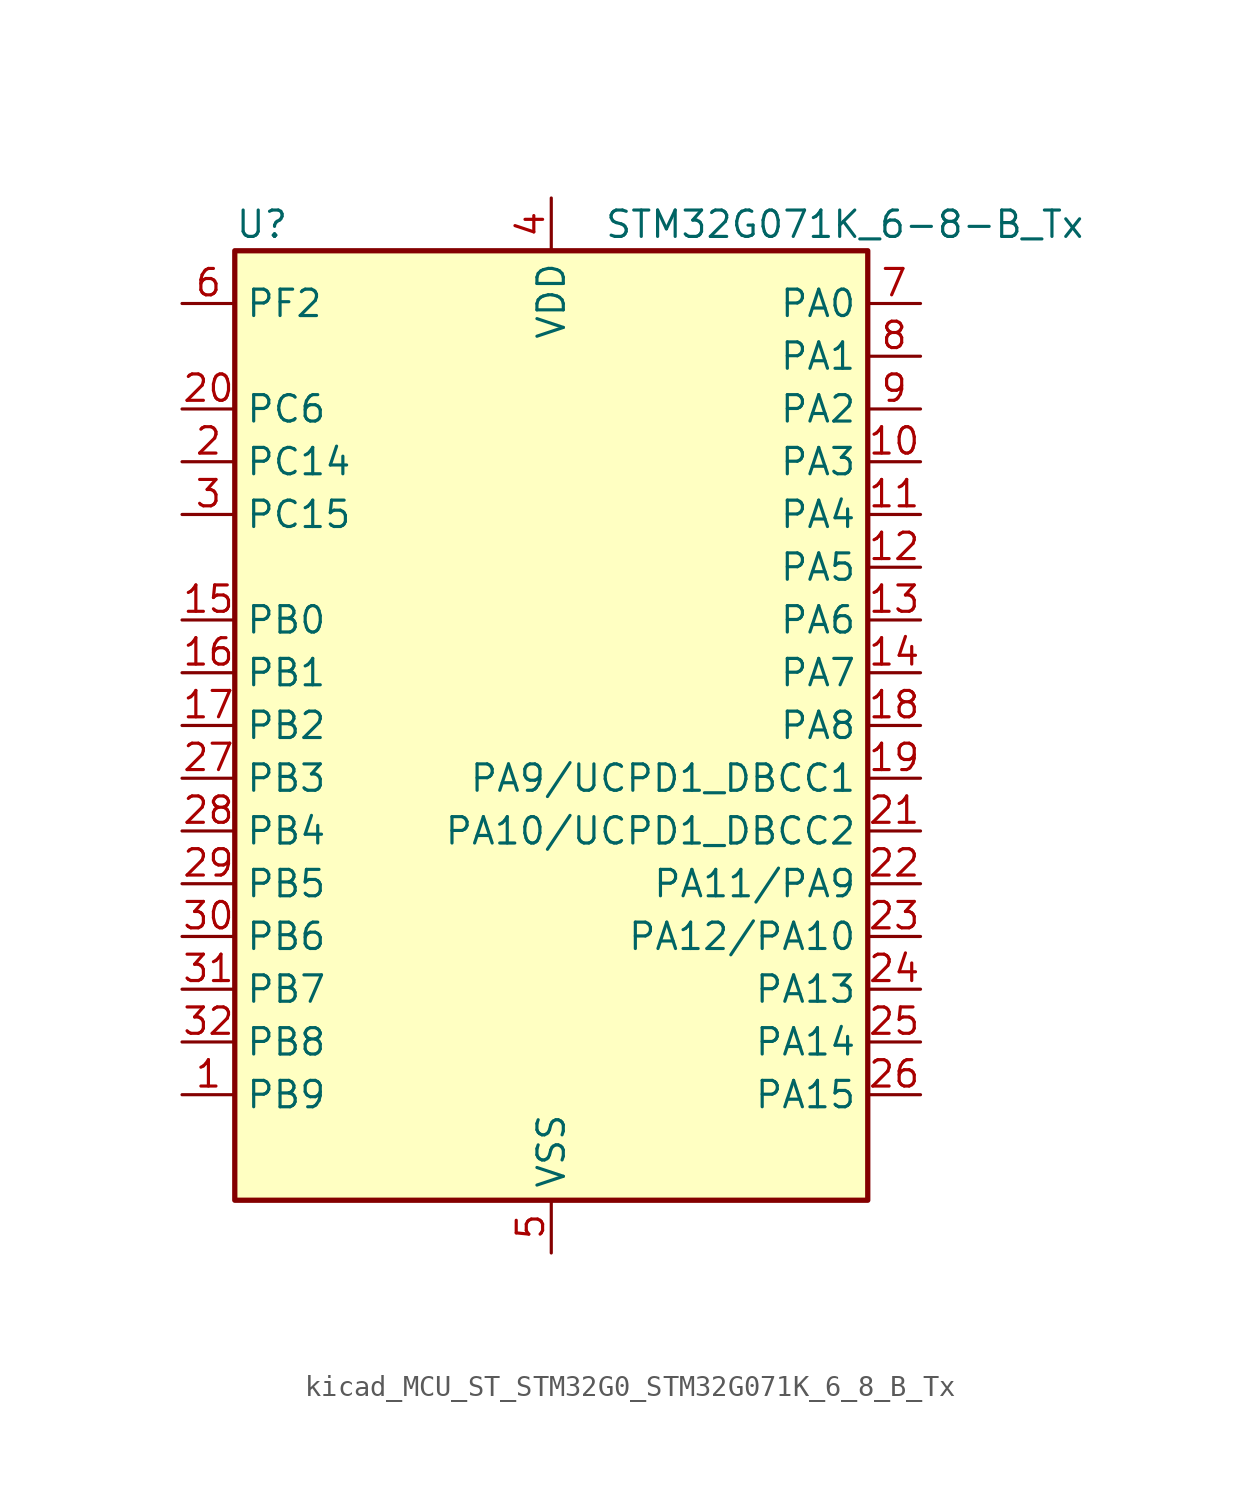
<source format=kicad_sym>
(kicad_symbol_lib
  (version 20220914)
  (generator kicad_symbol_editor)
  (symbol "kicad_MCU_ST_STM32G0_STM32G071K_6_8_B_Tx"
    (property "Reference" "U"
      (at -15.24 24.13 0)
      (effects (font (size 1.27 1.27)) (justify left)))
    (property "Value" "STM32G071K_6-8-B_Tx"
      (at 2.54 24.13 0)
      (effects (font (size 1.27 1.27)) (justify left)))
    (property "ki_locked" ""
      (at 0 0 0)
      (effects (font (size 1.27 1.27))))
    (symbol "kicad_MCU_ST_STM32G0_STM32G071K_6_8_B_Tx_0_1"
      (rectangle (start -15.24 -22.86) (end 15.24 22.86) (stroke (width 0.254) (type default)) (fill (type background))))
    (symbol "kicad_MCU_ST_STM32G0_STM32G071K_6_8_B_Tx_1_1"
      (pin bidirectional line (at -17.78 -17.78 0) (length 2.54) (name "PB9" (effects (font (size 1.27 1.27)))) (number "1" (effects (font (size 1.27 1.27)))) (alternate "DAC1_EXTI9" bidirectional line) (alternate "I2C1_SDA" bidirectional line) (alternate "IR_OUT" bidirectional line) (alternate "SPI2_NSS" bidirectional line) (alternate "TIM17_CH1" bidirectional line) (alternate "USART3_RX" bidirectional line))
      (pin bidirectional line (at 17.78 12.7 180) (length 2.54) (name "PA3" (effects (font (size 1.27 1.27)))) (number "10" (effects (font (size 1.27 1.27)))) (alternate "ADC1_IN3" bidirectional line) (alternate "COMP2_INP" bidirectional line) (alternate "LPUART1_RX" bidirectional line) (alternate "SPI2_MISO" bidirectional line) (alternate "TIM15_CH2" bidirectional line) (alternate "TIM2_CH4" bidirectional line) (alternate "USART2_RX" bidirectional line))
      (pin bidirectional line (at 17.78 10.16 180) (length 2.54) (name "PA4" (effects (font (size 1.27 1.27)))) (number "11" (effects (font (size 1.27 1.27)))) (alternate "ADC1_IN4" bidirectional line) (alternate "DAC1_OUT1" bidirectional line) (alternate "I2S1_WS" bidirectional line) (alternate "LPTIM2_OUT" bidirectional line) (alternate "RTC_OUT_ALARM" bidirectional line) (alternate "RTC_OUT_CALIB" bidirectional line) (alternate "RTC_TAMP_IN1" bidirectional line) (alternate "RTC_TS" bidirectional line) (alternate "SPI1_NSS" bidirectional line) (alternate "SPI2_MOSI" bidirectional line) (alternate "SYS_WKUP2" bidirectional line) (alternate "TIM14_CH1" bidirectional line))
      (pin bidirectional line (at 17.78 7.62 180) (length 2.54) (name "PA5" (effects (font (size 1.27 1.27)))) (number "12" (effects (font (size 1.27 1.27)))) (alternate "ADC1_IN5" bidirectional line) (alternate "CEC" bidirectional line) (alternate "DAC1_OUT2" bidirectional line) (alternate "I2S1_CK" bidirectional line) (alternate "LPTIM2_ETR" bidirectional line) (alternate "SPI1_SCK" bidirectional line) (alternate "TIM2_CH1" bidirectional line) (alternate "TIM2_ETR" bidirectional line) (alternate "UCPD1_FRSTX1" bidirectional line) (alternate "UCPD1_FRSTX2" bidirectional line) (alternate "USART3_TX" bidirectional line))
      (pin bidirectional line (at 17.78 5.08 180) (length 2.54) (name "PA6" (effects (font (size 1.27 1.27)))) (number "13" (effects (font (size 1.27 1.27)))) (alternate "ADC1_IN6" bidirectional line) (alternate "COMP1_OUT" bidirectional line) (alternate "I2S1_MCK" bidirectional line) (alternate "LPUART1_CTS" bidirectional line) (alternate "SPI1_MISO" bidirectional line) (alternate "TIM16_CH1" bidirectional line) (alternate "TIM1_BK" bidirectional line) (alternate "TIM3_CH1" bidirectional line) (alternate "USART3_CTS" bidirectional line) (alternate "USART3_NSS" bidirectional line))
      (pin bidirectional line (at 17.78 2.54 180) (length 2.54) (name "PA7" (effects (font (size 1.27 1.27)))) (number "14" (effects (font (size 1.27 1.27)))) (alternate "ADC1_IN7" bidirectional line) (alternate "COMP2_OUT" bidirectional line) (alternate "I2S1_SD" bidirectional line) (alternate "SPI1_MOSI" bidirectional line) (alternate "TIM14_CH1" bidirectional line) (alternate "TIM17_CH1" bidirectional line) (alternate "TIM1_CH1N" bidirectional line) (alternate "TIM3_CH2" bidirectional line) (alternate "UCPD1_FRSTX1" bidirectional line) (alternate "UCPD1_FRSTX2" bidirectional line))
      (pin bidirectional line (at -17.78 5.08 0) (length 2.54) (name "PB0" (effects (font (size 1.27 1.27)))) (number "15" (effects (font (size 1.27 1.27)))) (alternate "ADC1_IN8" bidirectional line) (alternate "COMP1_OUT" bidirectional line) (alternate "I2S1_WS" bidirectional line) (alternate "LPTIM1_OUT" bidirectional line) (alternate "SPI1_NSS" bidirectional line) (alternate "TIM1_CH2N" bidirectional line) (alternate "TIM3_CH3" bidirectional line) (alternate "UCPD1_FRSTX1" bidirectional line) (alternate "UCPD1_FRSTX2" bidirectional line) (alternate "USART3_RX" bidirectional line))
      (pin bidirectional line (at -17.78 2.54 0) (length 2.54) (name "PB1" (effects (font (size 1.27 1.27)))) (number "16" (effects (font (size 1.27 1.27)))) (alternate "ADC1_IN9" bidirectional line) (alternate "COMP1_INM" bidirectional line) (alternate "LPTIM2_IN1" bidirectional line) (alternate "LPUART1_DE" bidirectional line) (alternate "LPUART1_RTS" bidirectional line) (alternate "TIM14_CH1" bidirectional line) (alternate "TIM1_CH3N" bidirectional line) (alternate "TIM3_CH4" bidirectional line) (alternate "USART3_CK" bidirectional line) (alternate "USART3_DE" bidirectional line) (alternate "USART3_RTS" bidirectional line))
      (pin bidirectional line (at -17.78 0 0) (length 2.54) (name "PB2" (effects (font (size 1.27 1.27)))) (number "17" (effects (font (size 1.27 1.27)))) (alternate "ADC1_IN10" bidirectional line) (alternate "COMP1_INP" bidirectional line) (alternate "LPTIM1_OUT" bidirectional line) (alternate "SPI2_MISO" bidirectional line) (alternate "USART3_TX" bidirectional line))
      (pin bidirectional line (at 17.78 0 180) (length 2.54) (name "PA8" (effects (font (size 1.27 1.27)))) (number "18" (effects (font (size 1.27 1.27)))) (alternate "LPTIM2_OUT" bidirectional line) (alternate "RCC_MCO" bidirectional line) (alternate "SPI2_NSS" bidirectional line) (alternate "TIM1_CH1" bidirectional line) (alternate "UCPD1_CC1" bidirectional line))
      (pin bidirectional line (at 17.78 -2.54 180) (length 2.54) (name "PA9/UCPD1_DBCC1" (effects (font (size 1.27 1.27)))) (number "19" (effects (font (size 1.27 1.27)))) (alternate "DAC1_EXTI9" bidirectional line) (alternate "I2C1_SCL" bidirectional line) (alternate "RCC_MCO" bidirectional line) (alternate "SPI2_MISO" bidirectional line) (alternate "TIM15_BK" bidirectional line) (alternate "TIM1_CH2" bidirectional line) (alternate "UCPD1_DBCC1" bidirectional line) (alternate "USART1_TX" bidirectional line))
      (pin bidirectional line (at -17.78 12.7 0) (length 2.54) (name "PC14" (effects (font (size 1.27 1.27)))) (number "2" (effects (font (size 1.27 1.27)))) (alternate "RCC_OSC32_IN" bidirectional line) (alternate "RCC_OSC_IN" bidirectional line) (alternate "TIM1_BK2" bidirectional line))
      (pin bidirectional line (at -17.78 15.24 0) (length 2.54) (name "PC6" (effects (font (size 1.27 1.27)))) (number "20" (effects (font (size 1.27 1.27)))) (alternate "TIM2_CH3" bidirectional line) (alternate "TIM3_CH1" bidirectional line) (alternate "UCPD1_FRSTX1" bidirectional line) (alternate "UCPD1_FRSTX2" bidirectional line))
      (pin bidirectional line (at 17.78 -5.08 180) (length 2.54) (name "PA10/UCPD1_DBCC2" (effects (font (size 1.27 1.27)))) (number "21" (effects (font (size 1.27 1.27)))) (alternate "I2C1_SDA" bidirectional line) (alternate "SPI2_MOSI" bidirectional line) (alternate "TIM17_BK" bidirectional line) (alternate "TIM1_CH3" bidirectional line) (alternate "UCPD1_DBCC2" bidirectional line) (alternate "USART1_RX" bidirectional line))
      (pin bidirectional line (at 17.78 -7.62 180) (length 2.54) (name "PA11/PA9" (effects (font (size 1.27 1.27)))) (number "22" (effects (font (size 1.27 1.27)))) (alternate "ADC1_EXTI11" bidirectional line) (alternate "COMP1_OUT" bidirectional line) (alternate "I2C2_SCL" bidirectional line) (alternate "I2S1_MCK" bidirectional line) (alternate "SPI1_MISO" bidirectional line) (alternate "TIM1_BK2" bidirectional line) (alternate "TIM1_CH4" bidirectional line) (alternate "USART1_CTS" bidirectional line) (alternate "USART1_NSS" bidirectional line))
      (pin bidirectional line (at 17.78 -10.16 180) (length 2.54) (name "PA12/PA10" (effects (font (size 1.27 1.27)))) (number "23" (effects (font (size 1.27 1.27)))) (alternate "COMP2_OUT" bidirectional line) (alternate "I2C2_SDA" bidirectional line) (alternate "I2S1_SD" bidirectional line) (alternate "I2S_CKIN" bidirectional line) (alternate "SPI1_MOSI" bidirectional line) (alternate "TIM1_ETR" bidirectional line) (alternate "USART1_CK" bidirectional line) (alternate "USART1_DE" bidirectional line) (alternate "USART1_RTS" bidirectional line))
      (pin bidirectional line (at 17.78 -12.7 180) (length 2.54) (name "PA13" (effects (font (size 1.27 1.27)))) (number "24" (effects (font (size 1.27 1.27)))) (alternate "IR_OUT" bidirectional line) (alternate "SYS_SWDIO" bidirectional line))
      (pin bidirectional line (at 17.78 -15.24 180) (length 2.54) (name "PA14" (effects (font (size 1.27 1.27)))) (number "25" (effects (font (size 1.27 1.27)))) (alternate "SYS_SWCLK" bidirectional line) (alternate "USART2_TX" bidirectional line))
      (pin bidirectional line (at 17.78 -17.78 180) (length 2.54) (name "PA15" (effects (font (size 1.27 1.27)))) (number "26" (effects (font (size 1.27 1.27)))) (alternate "I2S1_WS" bidirectional line) (alternate "SPI1_NSS" bidirectional line) (alternate "TIM2_CH1" bidirectional line) (alternate "TIM2_ETR" bidirectional line) (alternate "USART2_RX" bidirectional line) (alternate "USART3_CK" bidirectional line) (alternate "USART3_DE" bidirectional line) (alternate "USART3_RTS" bidirectional line) (alternate "USART4_CK" bidirectional line) (alternate "USART4_DE" bidirectional line) (alternate "USART4_RTS" bidirectional line))
      (pin bidirectional line (at -17.78 -2.54 0) (length 2.54) (name "PB3" (effects (font (size 1.27 1.27)))) (number "27" (effects (font (size 1.27 1.27)))) (alternate "COMP2_INM" bidirectional line) (alternate "I2S1_CK" bidirectional line) (alternate "SPI1_SCK" bidirectional line) (alternate "TIM1_CH2" bidirectional line) (alternate "TIM2_CH2" bidirectional line) (alternate "USART1_CK" bidirectional line) (alternate "USART1_DE" bidirectional line) (alternate "USART1_RTS" bidirectional line))
      (pin bidirectional line (at -17.78 -5.08 0) (length 2.54) (name "PB4" (effects (font (size 1.27 1.27)))) (number "28" (effects (font (size 1.27 1.27)))) (alternate "COMP2_INP" bidirectional line) (alternate "I2S1_MCK" bidirectional line) (alternate "SPI1_MISO" bidirectional line) (alternate "TIM17_BK" bidirectional line) (alternate "TIM3_CH1" bidirectional line) (alternate "USART1_CTS" bidirectional line) (alternate "USART1_NSS" bidirectional line))
      (pin bidirectional line (at -17.78 -7.62 0) (length 2.54) (name "PB5" (effects (font (size 1.27 1.27)))) (number "29" (effects (font (size 1.27 1.27)))) (alternate "COMP2_OUT" bidirectional line) (alternate "I2C1_SMBA" bidirectional line) (alternate "I2S1_SD" bidirectional line) (alternate "LPTIM1_IN1" bidirectional line) (alternate "SPI1_MOSI" bidirectional line) (alternate "SYS_WKUP6" bidirectional line) (alternate "TIM16_BK" bidirectional line) (alternate "TIM3_CH2" bidirectional line))
      (pin bidirectional line (at -17.78 10.16 0) (length 2.54) (name "PC15" (effects (font (size 1.27 1.27)))) (number "3" (effects (font (size 1.27 1.27)))) (alternate "RCC_OSC32_EN" bidirectional line) (alternate "RCC_OSC32_OUT" bidirectional line) (alternate "RCC_OSC_EN" bidirectional line) (alternate "TIM15_BK" bidirectional line))
      (pin bidirectional line (at -17.78 -10.16 0) (length 2.54) (name "PB6" (effects (font (size 1.27 1.27)))) (number "30" (effects (font (size 1.27 1.27)))) (alternate "COMP2_INP" bidirectional line) (alternate "I2C1_SCL" bidirectional line) (alternate "LPTIM1_ETR" bidirectional line) (alternate "SPI2_MISO" bidirectional line) (alternate "TIM16_CH1N" bidirectional line) (alternate "TIM1_CH3" bidirectional line) (alternate "USART1_TX" bidirectional line))
      (pin bidirectional line (at -17.78 -12.7 0) (length 2.54) (name "PB7" (effects (font (size 1.27 1.27)))) (number "31" (effects (font (size 1.27 1.27)))) (alternate "COMP2_INM" bidirectional line) (alternate "I2C1_SDA" bidirectional line) (alternate "LPTIM1_IN2" bidirectional line) (alternate "SPI2_MOSI" bidirectional line) (alternate "SYS_PVD_IN" bidirectional line) (alternate "TIM17_CH1N" bidirectional line) (alternate "USART1_RX" bidirectional line) (alternate "USART4_CTS" bidirectional line) (alternate "USART4_NSS" bidirectional line))
      (pin bidirectional line (at -17.78 -15.24 0) (length 2.54) (name "PB8" (effects (font (size 1.27 1.27)))) (number "32" (effects (font (size 1.27 1.27)))) (alternate "CEC" bidirectional line) (alternate "I2C1_SCL" bidirectional line) (alternate "SPI2_SCK" bidirectional line) (alternate "TIM15_BK" bidirectional line) (alternate "TIM16_CH1" bidirectional line) (alternate "USART3_TX" bidirectional line))
      (pin power_in line (at 0 25.4 270) (length 2.54) (name "VDD" (effects (font (size 1.27 1.27)))) (number "4" (effects (font (size 1.27 1.27)))))
      (pin power_in line (at 0 -25.4 90) (length 2.54) (name "VSS" (effects (font (size 1.27 1.27)))) (number "5" (effects (font (size 1.27 1.27)))))
      (pin bidirectional line (at -17.78 20.32 0) (length 2.54) (name "PF2" (effects (font (size 1.27 1.27)))) (number "6" (effects (font (size 1.27 1.27)))) (alternate "RCC_MCO" bidirectional line))
      (pin bidirectional line (at 17.78 20.32 180) (length 2.54) (name "PA0" (effects (font (size 1.27 1.27)))) (number "7" (effects (font (size 1.27 1.27)))) (alternate "ADC1_IN0" bidirectional line) (alternate "COMP1_INM" bidirectional line) (alternate "COMP1_OUT" bidirectional line) (alternate "LPTIM1_OUT" bidirectional line) (alternate "RTC_TAMP_IN2" bidirectional line) (alternate "SPI2_SCK" bidirectional line) (alternate "SYS_WKUP1" bidirectional line) (alternate "TIM2_CH1" bidirectional line) (alternate "TIM2_ETR" bidirectional line) (alternate "USART2_CTS" bidirectional line) (alternate "USART2_NSS" bidirectional line) (alternate "USART4_TX" bidirectional line))
      (pin bidirectional line (at 17.78 17.78 180) (length 2.54) (name "PA1" (effects (font (size 1.27 1.27)))) (number "8" (effects (font (size 1.27 1.27)))) (alternate "ADC1_IN1" bidirectional line) (alternate "COMP1_INP" bidirectional line) (alternate "I2C1_SMBA" bidirectional line) (alternate "I2S1_CK" bidirectional line) (alternate "SPI1_SCK" bidirectional line) (alternate "TIM15_CH1N" bidirectional line) (alternate "TIM2_CH2" bidirectional line) (alternate "USART2_CK" bidirectional line) (alternate "USART2_DE" bidirectional line) (alternate "USART2_RTS" bidirectional line) (alternate "USART4_RX" bidirectional line))
      (pin bidirectional line (at 17.78 15.24 180) (length 2.54) (name "PA2" (effects (font (size 1.27 1.27)))) (number "9" (effects (font (size 1.27 1.27)))) (alternate "ADC1_IN2" bidirectional line) (alternate "COMP2_INM" bidirectional line) (alternate "COMP2_OUT" bidirectional line) (alternate "I2S1_SD" bidirectional line) (alternate "LPUART1_TX" bidirectional line) (alternate "RCC_LSCO" bidirectional line) (alternate "SPI1_MOSI" bidirectional line) (alternate "SYS_WKUP4" bidirectional line) (alternate "TIM15_CH1" bidirectional line) (alternate "TIM2_CH3" bidirectional line) (alternate "UCPD1_FRSTX1" bidirectional line) (alternate "UCPD1_FRSTX2" bidirectional line) (alternate "USART2_TX" bidirectional line)))))
</source>
